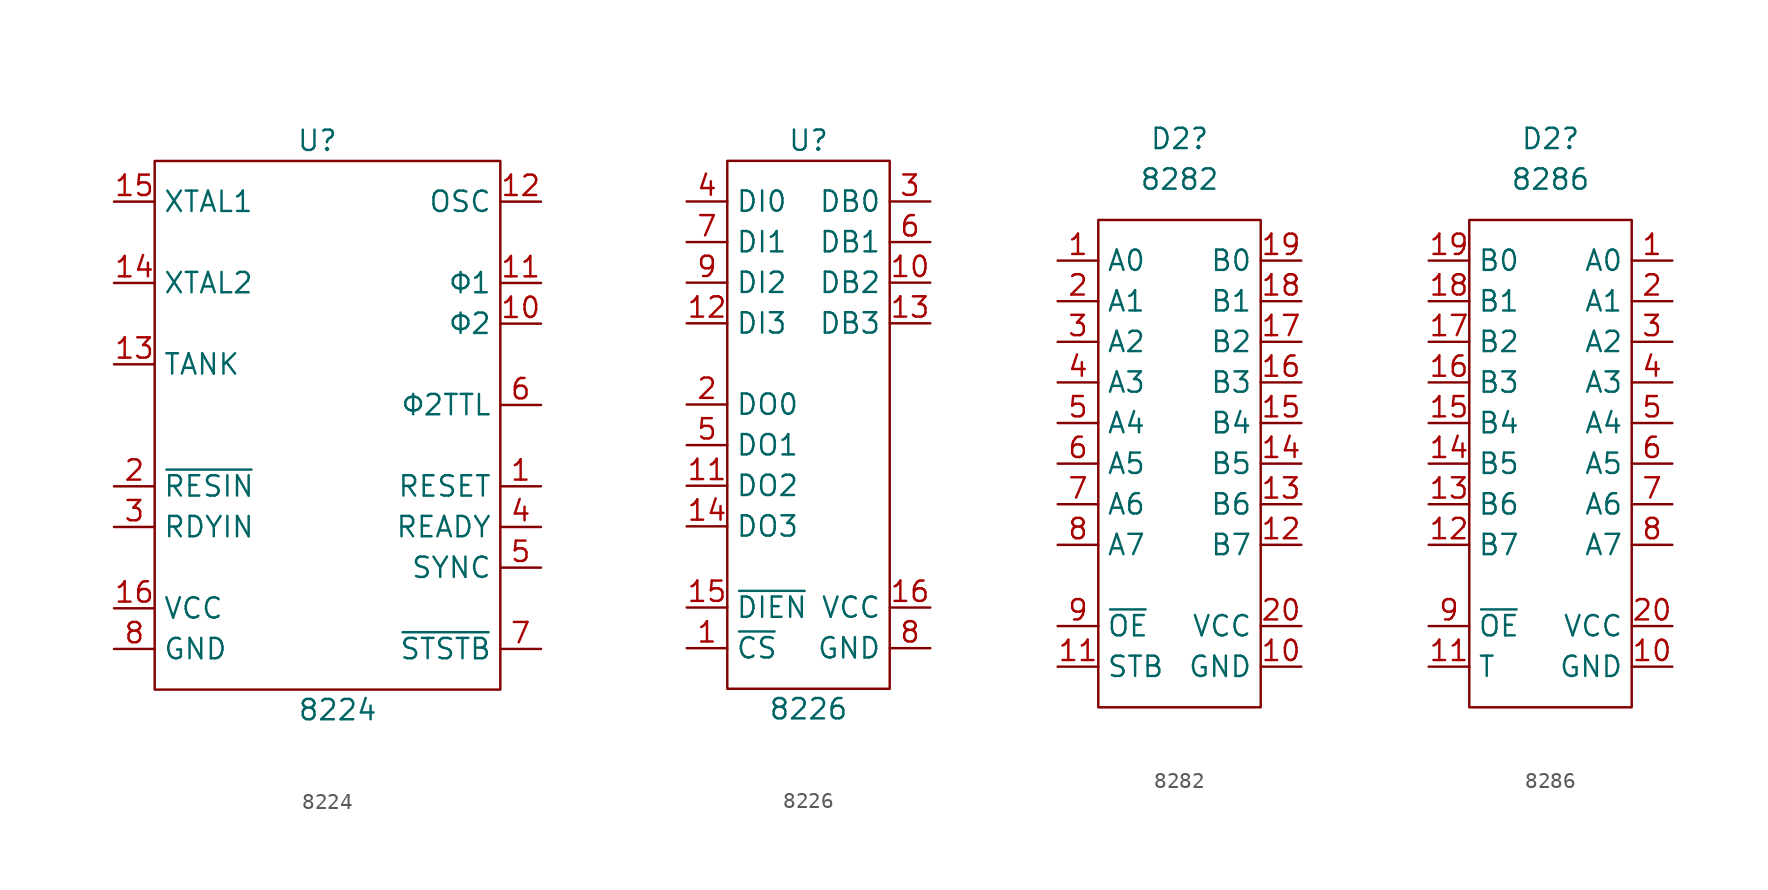
<source format=kicad_sym>
(kicad_symbol_lib
  (version 20211014)
  (generator kicad_symbol_editor)
  (symbol "8224"
    (property "Reference" "U"
      (at 10.16 1.27 0)
      (effects (font (size 1.27 1.27))))
    (property "Value" "8224"
      (at 11.43 -34.29 0)
      (effects (font (size 1.27 1.27))))
    (symbol "8224_0_1"
      (rectangle (start 0 0) (end 21.59 -33.02) (stroke (width 0) (type default) (color 0 0 0 0)) (fill (type none))))
    (symbol "8224_1_1"
      (pin output line (at 24.13 -20.32 180) (length 2.54) (name "RESET" (effects (font (size 1.27 1.27)))) (number "1" (effects (font (size 1.27 1.27)))))
      (pin output line (at 24.13 -10.16 180) (length 2.54) (name "Φ2" (effects (font (size 1.27 1.27)))) (number "10" (effects (font (size 1.27 1.27)))))
      (pin output line (at 24.13 -7.62 180) (length 2.54) (name "Φ1" (effects (font (size 1.27 1.27)))) (number "11" (effects (font (size 1.27 1.27)))))
      (pin output line (at 24.13 -2.54 180) (length 2.54) (name "OSC" (effects (font (size 1.27 1.27)))) (number "12" (effects (font (size 1.27 1.27)))))
      (pin input line (at -2.54 -12.7 0) (length 2.54) (name "TANK" (effects (font (size 1.27 1.27)))) (number "13" (effects (font (size 1.27 1.27)))))
      (pin input line (at -2.54 -7.62 0) (length 2.54) (name "XTAL2" (effects (font (size 1.27 1.27)))) (number "14" (effects (font (size 1.27 1.27)))))
      (pin input line (at -2.54 -2.54 0) (length 2.54) (name "XTAL1" (effects (font (size 1.27 1.27)))) (number "15" (effects (font (size 1.27 1.27)))))
      (pin power_in line (at -2.54 -27.94 0) (length 2.54) (name "VCC" (effects (font (size 1.27 1.27)))) (number "16" (effects (font (size 1.27 1.27)))))
      (pin input line (at -2.54 -20.32 0) (length 2.54) (name "~{RESIN}" (effects (font (size 1.27 1.27)))) (number "2" (effects (font (size 1.27 1.27)))))
      (pin input line (at -2.54 -22.86 0) (length 2.54) (name "RDYIN" (effects (font (size 1.27 1.27)))) (number "3" (effects (font (size 1.27 1.27)))))
      (pin output line (at 24.13 -22.86 180) (length 2.54) (name "READY" (effects (font (size 1.27 1.27)))) (number "4" (effects (font (size 1.27 1.27)))))
      (pin input line (at 24.13 -25.4 180) (length 2.54) (name "SYNC" (effects (font (size 1.27 1.27)))) (number "5" (effects (font (size 1.27 1.27)))))
      (pin output line (at 24.13 -15.24 180) (length 2.54) (name "Φ2TTL" (effects (font (size 1.27 1.27)))) (number "6" (effects (font (size 1.27 1.27)))))
      (pin output line (at 24.13 -30.48 180) (length 2.54) (name "~{STSTB}" (effects (font (size 1.27 1.27)))) (number "7" (effects (font (size 1.27 1.27)))))
      (pin power_in line (at -2.54 -30.48 0) (length 2.54) (name "GND" (effects (font (size 1.27 1.27)))) (number "8" (effects (font (size 1.27 1.27)))))))
  (symbol "8226"
    (property "Reference" "U"
      (at 5.08 1.27 0)
      (effects (font (size 1.27 1.27))))
    (property "Value" "8226"
      (at 5.08 -34.29 0)
      (effects (font (size 1.27 1.27))))
    (symbol "8226_0_1"
      (rectangle (start 0 0) (end 10.16 -33.02) (stroke (width 0) (type default) (color 0 0 0 0)) (fill (type none))))
    (symbol "8226_1_1"
      (pin input line (at -2.54 -30.48 0) (length 2.54) (name "~{CS}" (effects (font (size 1.27 1.27)))) (number "1" (effects (font (size 1.27 1.27)))))
      (pin bidirectional line (at 12.7 -7.62 180) (length 2.54) (name "DB2" (effects (font (size 1.27 1.27)))) (number "10" (effects (font (size 1.27 1.27)))))
      (pin tri_state line (at -2.54 -20.32 0) (length 2.54) (name "DO2" (effects (font (size 1.27 1.27)))) (number "11" (effects (font (size 1.27 1.27)))))
      (pin input line (at -2.54 -10.16 0) (length 2.54) (name "DI3" (effects (font (size 1.27 1.27)))) (number "12" (effects (font (size 1.27 1.27)))))
      (pin bidirectional line (at 12.7 -10.16 180) (length 2.54) (name "DB3" (effects (font (size 1.27 1.27)))) (number "13" (effects (font (size 1.27 1.27)))))
      (pin tri_state line (at -2.54 -22.86 0) (length 2.54) (name "DO3" (effects (font (size 1.27 1.27)))) (number "14" (effects (font (size 1.27 1.27)))))
      (pin input line (at -2.54 -27.94 0) (length 2.54) (name "~{DIEN}" (effects (font (size 1.27 1.27)))) (number "15" (effects (font (size 1.27 1.27)))))
      (pin power_in line (at 12.7 -27.94 180) (length 2.54) (name "VCC" (effects (font (size 1.27 1.27)))) (number "16" (effects (font (size 1.27 1.27)))))
      (pin tri_state line (at -2.54 -15.24 0) (length 2.54) (name "DO0" (effects (font (size 1.27 1.27)))) (number "2" (effects (font (size 1.27 1.27)))))
      (pin bidirectional line (at 12.7 -2.54 180) (length 2.54) (name "DB0" (effects (font (size 1.27 1.27)))) (number "3" (effects (font (size 1.27 1.27)))))
      (pin input line (at -2.54 -2.54 0) (length 2.54) (name "DI0" (effects (font (size 1.27 1.27)))) (number "4" (effects (font (size 1.27 1.27)))))
      (pin tri_state line (at -2.54 -17.78 0) (length 2.54) (name "DO1" (effects (font (size 1.27 1.27)))) (number "5" (effects (font (size 1.27 1.27)))))
      (pin bidirectional line (at 12.7 -5.08 180) (length 2.54) (name "DB1" (effects (font (size 1.27 1.27)))) (number "6" (effects (font (size 1.27 1.27)))))
      (pin input line (at -2.54 -5.08 0) (length 2.54) (name "DI1" (effects (font (size 1.27 1.27)))) (number "7" (effects (font (size 1.27 1.27)))))
      (pin power_in line (at 12.7 -30.48 180) (length 2.54) (name "GND" (effects (font (size 1.27 1.27)))) (number "8" (effects (font (size 1.27 1.27)))))
      (pin input line (at -2.54 -7.62 0) (length 2.54) (name "DI2" (effects (font (size 1.27 1.27)))) (number "9" (effects (font (size 1.27 1.27)))))))
  (symbol "8282"
    (property "Reference" "D2"
      (at 5.08 5.08 0)
      (effects (font (size 1.27 1.27))))
    (property "Value" "8282"
      (at 5.08 2.54 0)
      (effects (font (size 1.27 1.27))))
    (symbol "8282_0_1"
      (rectangle (start 0 0) (end 10.16 -30.48) (stroke (width 0) (type default) (color 0 0 0 0)) (fill (type none))))
    (symbol "8282_1_1"
      (pin input line (at -2.54 -2.54 0) (length 2.54) (name "A0" (effects (font (size 1.27 1.27)))) (number "1" (effects (font (size 1.27 1.27)))))
      (pin power_in line (at 12.7 -27.94 180) (length 2.54) (name "GND" (effects (font (size 1.27 1.27)))) (number "10" (effects (font (size 1.27 1.27)))))
      (pin input line (at -2.54 -27.94 0) (length 2.54) (name "STB" (effects (font (size 1.27 1.27)))) (number "11" (effects (font (size 1.27 1.27)))))
      (pin tri_state line (at 12.7 -20.32 180) (length 2.54) (name "B7" (effects (font (size 1.27 1.27)))) (number "12" (effects (font (size 1.27 1.27)))))
      (pin tri_state line (at 12.7 -17.78 180) (length 2.54) (name "B6" (effects (font (size 1.27 1.27)))) (number "13" (effects (font (size 1.27 1.27)))))
      (pin tri_state line (at 12.7 -15.24 180) (length 2.54) (name "B5" (effects (font (size 1.27 1.27)))) (number "14" (effects (font (size 1.27 1.27)))))
      (pin tri_state line (at 12.7 -12.7 180) (length 2.54) (name "B4" (effects (font (size 1.27 1.27)))) (number "15" (effects (font (size 1.27 1.27)))))
      (pin tri_state line (at 12.7 -10.16 180) (length 2.54) (name "B3" (effects (font (size 1.27 1.27)))) (number "16" (effects (font (size 1.27 1.27)))))
      (pin tri_state line (at 12.7 -7.62 180) (length 2.54) (name "B2" (effects (font (size 1.27 1.27)))) (number "17" (effects (font (size 1.27 1.27)))))
      (pin tri_state line (at 12.7 -5.08 180) (length 2.54) (name "B1" (effects (font (size 1.27 1.27)))) (number "18" (effects (font (size 1.27 1.27)))))
      (pin tri_state line (at 12.7 -2.54 180) (length 2.54) (name "B0" (effects (font (size 1.27 1.27)))) (number "19" (effects (font (size 1.27 1.27)))))
      (pin input line (at -2.54 -5.08 0) (length 2.54) (name "A1" (effects (font (size 1.27 1.27)))) (number "2" (effects (font (size 1.27 1.27)))))
      (pin power_in line (at 12.7 -25.4 180) (length 2.54) (name "VCC" (effects (font (size 1.27 1.27)))) (number "20" (effects (font (size 1.27 1.27)))))
      (pin input line (at -2.54 -7.62 0) (length 2.54) (name "A2" (effects (font (size 1.27 1.27)))) (number "3" (effects (font (size 1.27 1.27)))))
      (pin input line (at -2.54 -10.16 0) (length 2.54) (name "A3" (effects (font (size 1.27 1.27)))) (number "4" (effects (font (size 1.27 1.27)))))
      (pin input line (at -2.54 -12.7 0) (length 2.54) (name "A4" (effects (font (size 1.27 1.27)))) (number "5" (effects (font (size 1.27 1.27)))))
      (pin input line (at -2.54 -15.24 0) (length 2.54) (name "A5" (effects (font (size 1.27 1.27)))) (number "6" (effects (font (size 1.27 1.27)))))
      (pin input line (at -2.54 -17.78 0) (length 2.54) (name "A6" (effects (font (size 1.27 1.27)))) (number "7" (effects (font (size 1.27 1.27)))))
      (pin input line (at -2.54 -20.32 0) (length 2.54) (name "A7" (effects (font (size 1.27 1.27)))) (number "8" (effects (font (size 1.27 1.27)))))
      (pin input line (at -2.54 -25.4 0) (length 2.54) (name "~{OE}" (effects (font (size 1.27 1.27)))) (number "9" (effects (font (size 1.27 1.27)))))))
  (symbol "8286"
    (property "Reference" "D2"
      (at 5.08 5.08 0)
      (effects (font (size 1.27 1.27))))
    (property "Value" "8286"
      (at 5.08 2.54 0)
      (effects (font (size 1.27 1.27))))
    (symbol "8286_0_1"
      (rectangle (start 0 0) (end 10.16 -30.48) (stroke (width 0) (type default) (color 0 0 0 0)) (fill (type none))))
    (symbol "8286_1_1"
      (pin bidirectional line (at 12.7 -2.54 180) (length 2.54) (name "A0" (effects (font (size 1.27 1.27)))) (number "1" (effects (font (size 1.27 1.27)))))
      (pin power_in line (at 12.7 -27.94 180) (length 2.54) (name "GND" (effects (font (size 1.27 1.27)))) (number "10" (effects (font (size 1.27 1.27)))))
      (pin input line (at -2.54 -27.94 0) (length 2.54) (name "T" (effects (font (size 1.27 1.27)))) (number "11" (effects (font (size 1.27 1.27)))))
      (pin bidirectional line (at -2.54 -20.32 0) (length 2.54) (name "B7" (effects (font (size 1.27 1.27)))) (number "12" (effects (font (size 1.27 1.27)))))
      (pin bidirectional line (at -2.54 -17.78 0) (length 2.54) (name "B6" (effects (font (size 1.27 1.27)))) (number "13" (effects (font (size 1.27 1.27)))))
      (pin bidirectional line (at -2.54 -15.24 0) (length 2.54) (name "B5" (effects (font (size 1.27 1.27)))) (number "14" (effects (font (size 1.27 1.27)))))
      (pin bidirectional line (at -2.54 -12.7 0) (length 2.54) (name "B4" (effects (font (size 1.27 1.27)))) (number "15" (effects (font (size 1.27 1.27)))))
      (pin bidirectional line (at -2.54 -10.16 0) (length 2.54) (name "B3" (effects (font (size 1.27 1.27)))) (number "16" (effects (font (size 1.27 1.27)))))
      (pin bidirectional line (at -2.54 -7.62 0) (length 2.54) (name "B2" (effects (font (size 1.27 1.27)))) (number "17" (effects (font (size 1.27 1.27)))))
      (pin bidirectional line (at -2.54 -5.08 0) (length 2.54) (name "B1" (effects (font (size 1.27 1.27)))) (number "18" (effects (font (size 1.27 1.27)))))
      (pin bidirectional line (at -2.54 -2.54 0) (length 2.54) (name "B0" (effects (font (size 1.27 1.27)))) (number "19" (effects (font (size 1.27 1.27)))))
      (pin bidirectional line (at 12.7 -5.08 180) (length 2.54) (name "A1" (effects (font (size 1.27 1.27)))) (number "2" (effects (font (size 1.27 1.27)))))
      (pin power_in line (at 12.7 -25.4 180) (length 2.54) (name "VCC" (effects (font (size 1.27 1.27)))) (number "20" (effects (font (size 1.27 1.27)))))
      (pin bidirectional line (at 12.7 -7.62 180) (length 2.54) (name "A2" (effects (font (size 1.27 1.27)))) (number "3" (effects (font (size 1.27 1.27)))))
      (pin bidirectional line (at 12.7 -10.16 180) (length 2.54) (name "A3" (effects (font (size 1.27 1.27)))) (number "4" (effects (font (size 1.27 1.27)))))
      (pin bidirectional line (at 12.7 -12.7 180) (length 2.54) (name "A4" (effects (font (size 1.27 1.27)))) (number "5" (effects (font (size 1.27 1.27)))))
      (pin bidirectional line (at 12.7 -15.24 180) (length 2.54) (name "A5" (effects (font (size 1.27 1.27)))) (number "6" (effects (font (size 1.27 1.27)))))
      (pin bidirectional line (at 12.7 -17.78 180) (length 2.54) (name "A6" (effects (font (size 1.27 1.27)))) (number "7" (effects (font (size 1.27 1.27)))))
      (pin bidirectional line (at 12.7 -20.32 180) (length 2.54) (name "A7" (effects (font (size 1.27 1.27)))) (number "8" (effects (font (size 1.27 1.27)))))
      (pin input line (at -2.54 -25.4 0) (length 2.54) (name "~{OE}" (effects (font (size 1.27 1.27)))) (number "9" (effects (font (size 1.27 1.27))))))))
</source>
